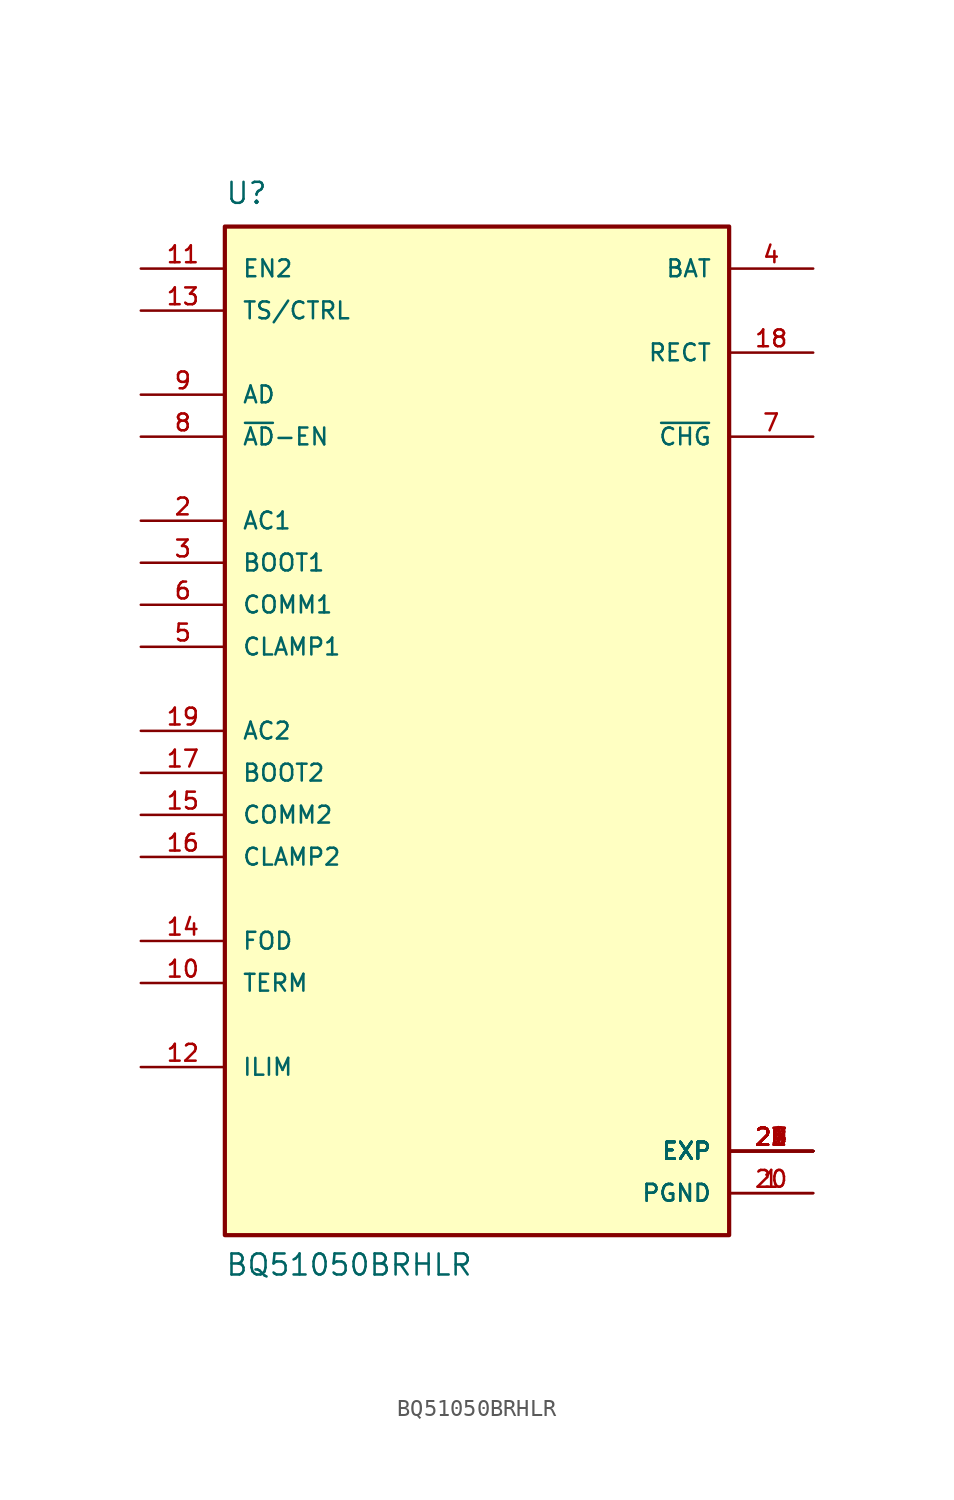
<source format=kicad_sym>
(kicad_symbol_lib
  (version 20211014)
  (generator kicad_symbol_editor)
  (symbol "BQ51050BRHLR"
    (pin_names
      (offset 1.016))
    (property "Reference" "U"
      (at -15.24 31.75 0.0)
      (effects (font (size 1.27 1.27)) (justify bottom left)))
    (property "Value" "BQ51050BRHLR"
      (at -15.24 -33.02 0.0)
      (effects (font (size 1.27 1.27)) (justify bottom left)))
    (symbol "BQ51050BRHLR_0_0"
      (rectangle (start -15.24 -30.48) (end 15.24 30.48) (stroke (width 0.254)) (fill (type background)))
      (pin input line (at -20.32 12.7 0) (length 5.08) (name "AC1" (effects (font (size 1.016 1.016)))) (number "2" (effects (font (size 1.016 1.016)))))
      (pin input line (at -20.32 0.0 0) (length 5.08) (name "AC2" (effects (font (size 1.016 1.016)))) (number "19" (effects (font (size 1.016 1.016)))))
      (pin input line (at -20.32 20.32 0) (length 5.08) (name "AD" (effects (font (size 1.016 1.016)))) (number "9" (effects (font (size 1.016 1.016)))))
      (pin input line (at -20.32 27.94 0) (length 5.08) (name "EN2" (effects (font (size 1.016 1.016)))) (number "11" (effects (font (size 1.016 1.016)))))
      (pin input line (at -20.32 -12.7 0) (length 5.08) (name "FOD" (effects (font (size 1.016 1.016)))) (number "14" (effects (font (size 1.016 1.016)))))
      (pin input line (at -20.32 -15.24 0) (length 5.08) (name "TERM" (effects (font (size 1.016 1.016)))) (number "10" (effects (font (size 1.016 1.016)))))
      (pin input line (at -20.32 25.4 0) (length 5.08) (name "TS/CTRL" (effects (font (size 1.016 1.016)))) (number "13" (effects (font (size 1.016 1.016)))))
      (pin bidirectional line (at -20.32 -20.32 0) (length 5.08) (name "ILIM" (effects (font (size 1.016 1.016)))) (number "12" (effects (font (size 1.016 1.016)))))
      (pin output line (at 20.32 22.86 180.0) (length 5.08) (name "RECT" (effects (font (size 1.016 1.016)))) (number "18" (effects (font (size 1.016 1.016)))))
      (pin output line (at -20.32 17.78 0) (length 5.08) (name "~{AD}-EN" (effects (font (size 1.016 1.016)))) (number "8" (effects (font (size 1.016 1.016)))))
      (pin output line (at 20.32 17.78 180.0) (length 5.08) (name "~{CHG}" (effects (font (size 1.016 1.016)))) (number "7" (effects (font (size 1.016 1.016)))))
      (pin output line (at 20.32 27.94 180.0) (length 5.08) (name "BAT" (effects (font (size 1.016 1.016)))) (number "4" (effects (font (size 1.016 1.016)))))
      (pin output line (at -20.32 10.16 0) (length 5.08) (name "BOOT1" (effects (font (size 1.016 1.016)))) (number "3" (effects (font (size 1.016 1.016)))))
      (pin output line (at -20.32 -2.54 0) (length 5.08) (name "BOOT2" (effects (font (size 1.016 1.016)))) (number "17" (effects (font (size 1.016 1.016)))))
      (pin output line (at -20.32 5.08 0) (length 5.08) (name "CLAMP1" (effects (font (size 1.016 1.016)))) (number "5" (effects (font (size 1.016 1.016)))))
      (pin output line (at -20.32 -7.62 0) (length 5.08) (name "CLAMP2" (effects (font (size 1.016 1.016)))) (number "16" (effects (font (size 1.016 1.016)))))
      (pin output line (at -20.32 7.62 0) (length 5.08) (name "COMM1" (effects (font (size 1.016 1.016)))) (number "6" (effects (font (size 1.016 1.016)))))
      (pin output line (at -20.32 -5.08 0) (length 5.08) (name "COMM2" (effects (font (size 1.016 1.016)))) (number "15" (effects (font (size 1.016 1.016)))))
      (pin power_in line (at 20.32 -25.4 180.0) (length 5.08) (name "EXP" (effects (font (size 1.016 1.016)))) (number "21" (effects (font (size 1.016 1.016)))))
      (pin power_in line (at 20.32 -25.4 180.0) (length 5.08) (name "EXP" (effects (font (size 1.016 1.016)))) (number "22" (effects (font (size 1.016 1.016)))))
      (pin power_in line (at 20.32 -25.4 180.0) (length 5.08) (name "EXP" (effects (font (size 1.016 1.016)))) (number "23" (effects (font (size 1.016 1.016)))))
      (pin power_in line (at 20.32 -25.4 180.0) (length 5.08) (name "EXP" (effects (font (size 1.016 1.016)))) (number "24" (effects (font (size 1.016 1.016)))))
      (pin power_in line (at 20.32 -25.4 180.0) (length 5.08) (name "EXP" (effects (font (size 1.016 1.016)))) (number "25" (effects (font (size 1.016 1.016)))))
      (pin power_in line (at 20.32 -25.4 180.0) (length 5.08) (name "EXP" (effects (font (size 1.016 1.016)))) (number "26" (effects (font (size 1.016 1.016)))))
      (pin power_in line (at 20.32 -25.4 180.0) (length 5.08) (name "EXP" (effects (font (size 1.016 1.016)))) (number "27" (effects (font (size 1.016 1.016)))))
      (pin power_in line (at 20.32 -25.4 180.0) (length 5.08) (name "EXP" (effects (font (size 1.016 1.016)))) (number "28" (effects (font (size 1.016 1.016)))))
      (pin power_in line (at 20.32 -25.4 180.0) (length 5.08) (name "EXP" (effects (font (size 1.016 1.016)))) (number "29" (effects (font (size 1.016 1.016)))))
      (pin power_in line (at 20.32 -27.94 180.0) (length 5.08) (name "PGND" (effects (font (size 1.016 1.016)))) (number "1" (effects (font (size 1.016 1.016)))))
      (pin power_in line (at 20.32 -27.94 180.0) (length 5.08) (name "PGND" (effects (font (size 1.016 1.016)))) (number "20" (effects (font (size 1.016 1.016))))))))
</source>
